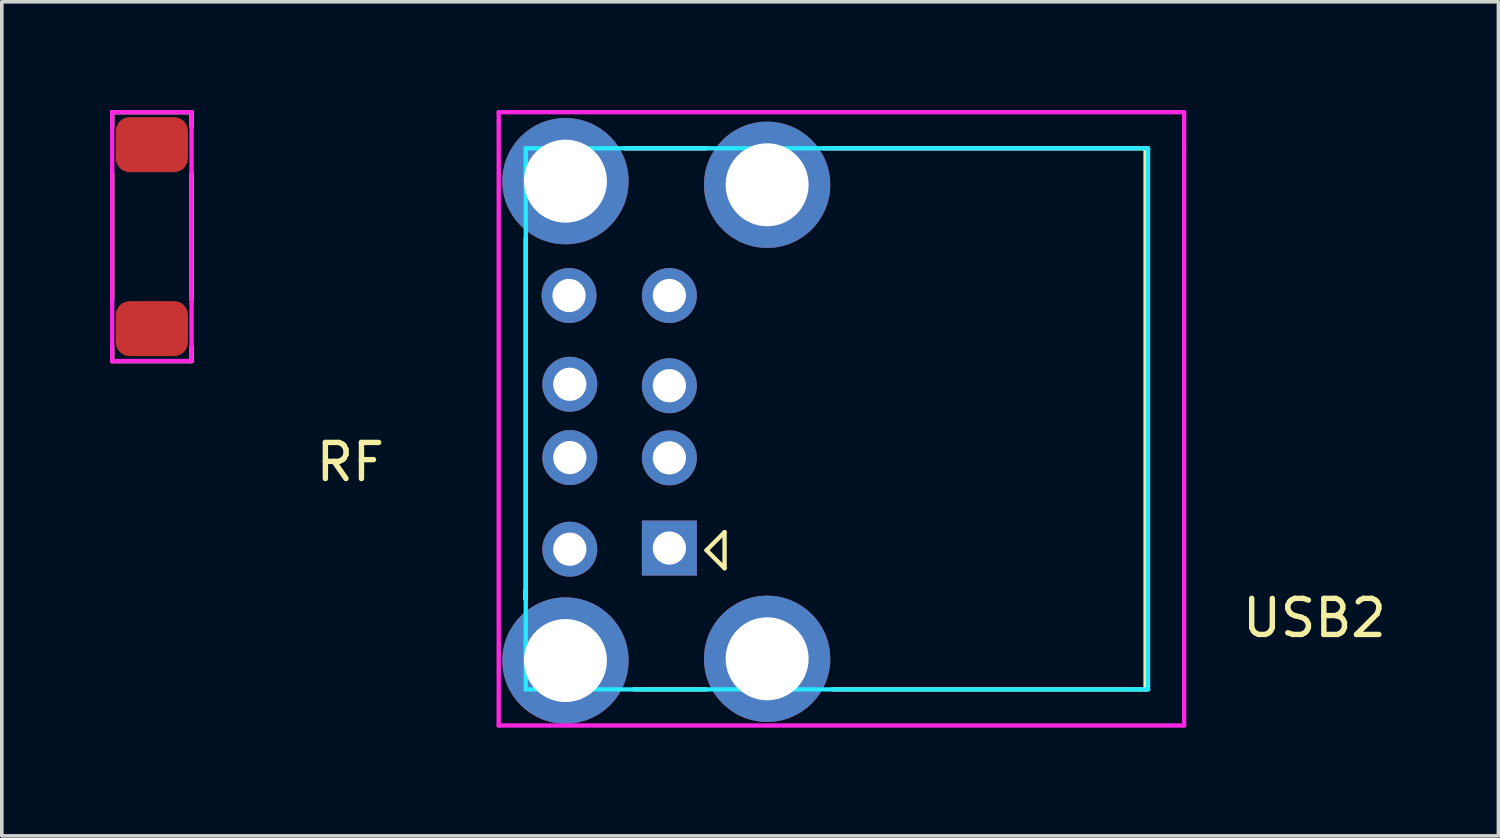
<source format=kicad_pcb>
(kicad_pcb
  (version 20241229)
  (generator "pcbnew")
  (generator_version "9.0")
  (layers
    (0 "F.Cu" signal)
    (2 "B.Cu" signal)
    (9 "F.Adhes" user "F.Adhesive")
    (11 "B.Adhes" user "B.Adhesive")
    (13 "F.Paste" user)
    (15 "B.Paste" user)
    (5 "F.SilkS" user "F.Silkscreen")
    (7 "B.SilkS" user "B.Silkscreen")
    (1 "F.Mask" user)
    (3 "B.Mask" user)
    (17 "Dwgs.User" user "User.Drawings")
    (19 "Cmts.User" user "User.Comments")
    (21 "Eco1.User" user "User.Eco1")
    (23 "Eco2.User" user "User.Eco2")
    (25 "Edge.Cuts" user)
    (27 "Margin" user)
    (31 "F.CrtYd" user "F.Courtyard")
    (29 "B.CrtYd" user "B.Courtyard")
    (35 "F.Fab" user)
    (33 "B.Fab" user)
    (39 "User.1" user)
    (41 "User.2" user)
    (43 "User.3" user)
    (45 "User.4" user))
  (footprint "RF"
    (layer "F.Cu")
    (at 1.16 3.46)
    (property "Reference" "RF" (at 5.5 6.3 0) (layer "F.SilkS") (effects (font (size 1 1) (thickness 0.15))))
    (attr through_hole)
    (fp_line (start -1.1 -3.4) (end 1.1 -3.4) (stroke (width 0.12) (type solid)) (layer "F.SilkS"))
    (fp_line (start -1.1 -3) (end -1.1 -3.4) (stroke (width 0.12) (type solid)) (layer "F.SilkS"))
    (fp_line (start -1.1 -1.7) (end -1.1 1.8) (stroke (width 0.12) (type solid)) (layer "F.SilkS"))
    (fp_line (start -1.1 3.5) (end -1.1 3.1) (stroke (width 0.12) (type solid)) (layer "F.SilkS"))
    (fp_line (start 1.1 -3.4) (end 1.1 -3) (stroke (width 0.12) (type solid)) (layer "F.SilkS"))
    (fp_line (start 1.1 -1.7) (end 1.1 1.8) (stroke (width 0.12) (type solid)) (layer "F.SilkS"))
    (fp_line (start 1.1 3.1) (end 1.1 3.5) (stroke (width 0.12) (type solid)) (layer "F.SilkS"))
    (fp_line (start 1.1 3.5) (end -1.1 3.5) (stroke (width 0.12) (type solid)) (layer "F.SilkS"))
    (fp_line (start -1.1 -3.4) (end 1.1 -3.4) (stroke (width 0.12) (type solid)) (layer "F.CrtYd"))
    (fp_line (start -1.1 3.5) (end -1.1 -3.4) (stroke (width 0.12) (type solid)) (layer "F.CrtYd"))
    (fp_line (start 1.1 -3.4) (end 1.1 3.5) (stroke (width 0.12) (type solid)) (layer "F.CrtYd"))
    (fp_line (start 1.1 3.5) (end -1.1 3.5) (stroke (width 0.12) (type solid)) (layer "F.CrtYd"))
    (pad "1" smd roundrect (at 0 2.6) (size 2 1.524) (layers "F.Cu" "F.Mask" "F.Paste") (roundrect_rratio 0.25))
    (pad "2" smd roundrect (at 0 -2.5) (size 2 1.524) (layers "F.Cu" "F.Mask" "F.Paste") (roundrect_rratio 0.25)))
  (footprint "USB2"
    (layer "F.Cu")
    (at 15.524 5.06)
    (property "Reference" "USB2" (at 17.861 9.022 180) (layer "F.SilkS") (effects (font (size 1 1) (thickness 0.15))))
    (attr through_hole)
    (fp_line (start -4 -1.5) (end -4 8.5) (stroke (width 0.12) (type solid)) (layer "F.SilkS"))
    (fp_line (start -4 8.25) (end -4 8.5) (stroke (width 0.12) (type solid)) (layer "F.SilkS"))
    (fp_line (start -4 8.5) (end -4 8.25) (stroke (width 0.12) (type solid)) (layer "F.SilkS"))
    (fp_line (start 1 -4) (end -1.25 -4) (stroke (width 0.12) (type solid)) (layer "F.SilkS"))
    (fp_line (start 1 11) (end -1 11) (stroke (width 0.12) (type solid)) (layer "F.SilkS"))
    (fp_line (start 1.011 7.142) (end 1.511 7.642) (stroke (width 0.12) (type solid)) (layer "F.SilkS"))
    (fp_line (start 1.511 6.642) (end 1.011 7.142) (stroke (width 0.12) (type solid)) (layer "F.SilkS"))
    (fp_line (start 1.511 7.642) (end 1.511 6.642) (stroke (width 0.12) (type solid)) (layer "F.SilkS"))
    (fp_line (start 13.181 -4) (end 4.25 -4) (stroke (width 0.12) (type solid)) (layer "F.SilkS"))
    (fp_line (start 13.181 11) (end 4.5 11) (stroke (width 0.12) (type solid)) (layer "F.SilkS"))
    (fp_line (start 13.181 11) (end 13.181 -4) (stroke (width 0.12) (type solid)) (layer "F.SilkS"))
    (fp_line (start -4 -4) (end -4 -3.75) (stroke (width 0.12) (type solid)) (layer "B.CrtYd"))
    (fp_line (start -4 -3.75) (end -4 11) (stroke (width 0.12) (type solid)) (layer "B.CrtYd"))
    (fp_line (start -4 11) (end 13 11) (stroke (width 0.12) (type solid)) (layer "B.CrtYd"))
    (fp_line (start 13 11) (end 13.25 11) (stroke (width 0.12) (type solid)) (layer "B.CrtYd"))
    (fp_line (start 13.25 -4) (end -4 -4) (stroke (width 0.12) (type solid)) (layer "B.CrtYd"))
    (fp_line (start 13.25 11) (end 13.25 -4) (stroke (width 0.12) (type solid)) (layer "B.CrtYd"))
    (fp_line (start -4.75 -5) (end 14.25 -5) (stroke (width 0.12) (type solid)) (layer "F.CrtYd"))
    (fp_line (start -4.75 -4.75) (end -4.75 -5) (stroke (width 0.12) (type solid)) (layer "F.CrtYd"))
    (fp_line (start -4.75 12) (end -4.75 -4.75) (stroke (width 0.12) (type solid)) (layer "F.CrtYd"))
    (fp_line (start 14.25 -5) (end 14.25 -4) (stroke (width 0.12) (type solid)) (layer "F.CrtYd"))
    (fp_line (start 14.25 -4) (end 14.25 12) (stroke (width 0.12) (type solid)) (layer "F.CrtYd"))
    (fp_line (start 14.25 12) (end -4.75 12) (stroke (width 0.12) (type solid)) (layer "F.CrtYd"))
    (pad "1" thru_hole rect (at -0.019 7.082 90) (size 1.524 1.524) (drill 0.92) (layers "*.Cu" "*.Mask"))
    (pad "2" thru_hole circle (at -0.019 4.582 90) (size 1.524 1.524) (drill 0.92) (layers "*.Cu" "*.Mask"))
    (pad "3" thru_hole circle (at -0.019 2.582 90) (size 1.524 1.524) (drill 0.92) (layers "*.Cu" "*.Mask"))
    (pad "4" thru_hole circle (at -0.019 0.082 90) (size 1.524 1.524) (drill 0.92) (layers "*.Cu" "*.Mask"))
    (pad "5" thru_hole circle (at -2.779 7.114 90) (size 1.524 1.524) (drill 0.92) (layers "*.Cu" "*.Mask"))
    (pad "6" thru_hole circle (at -2.779 4.574 90) (size 1.524 1.524) (drill 0.92) (layers "*.Cu" "*.Mask"))
    (pad "7" thru_hole circle (at -2.779 2.542 90) (size 1.524 1.524) (drill 0.92) (layers "*.Cu" "*.Mask"))
    (pad "8" thru_hole circle (at -2.8 0.082 90) (size 1.524 1.524) (drill 0.92) (layers "*.Cu" "*.Mask"))
    (pad "9" thru_hole circle (at -2.9 -3.088 90) (size 3.5 3.5) (drill 2.3) (layers "*.Cu" "*.Mask"))
    (pad "9" thru_hole circle (at -2.9 10.2 90) (size 3.5 3.5) (drill 2.3) (layers "*.Cu" "*.Mask"))
    (pad "9" thru_hole circle (at 2.691 -2.988 90) (size 3.5 3.5) (drill 2.3) (layers "*.Cu" "*.Mask"))
    (pad "9" thru_hole circle (at 2.691 10.152 90) (size 3.5 3.5) (drill 2.3) (layers "*.Cu" "*.Mask")))
  (gr_rect
    (start -3 -3)
    (end 38.486 20.12)
    (stroke (width 0.1) (type default))
    (fill no)
    (layer "Edge.Cuts")))
</source>
